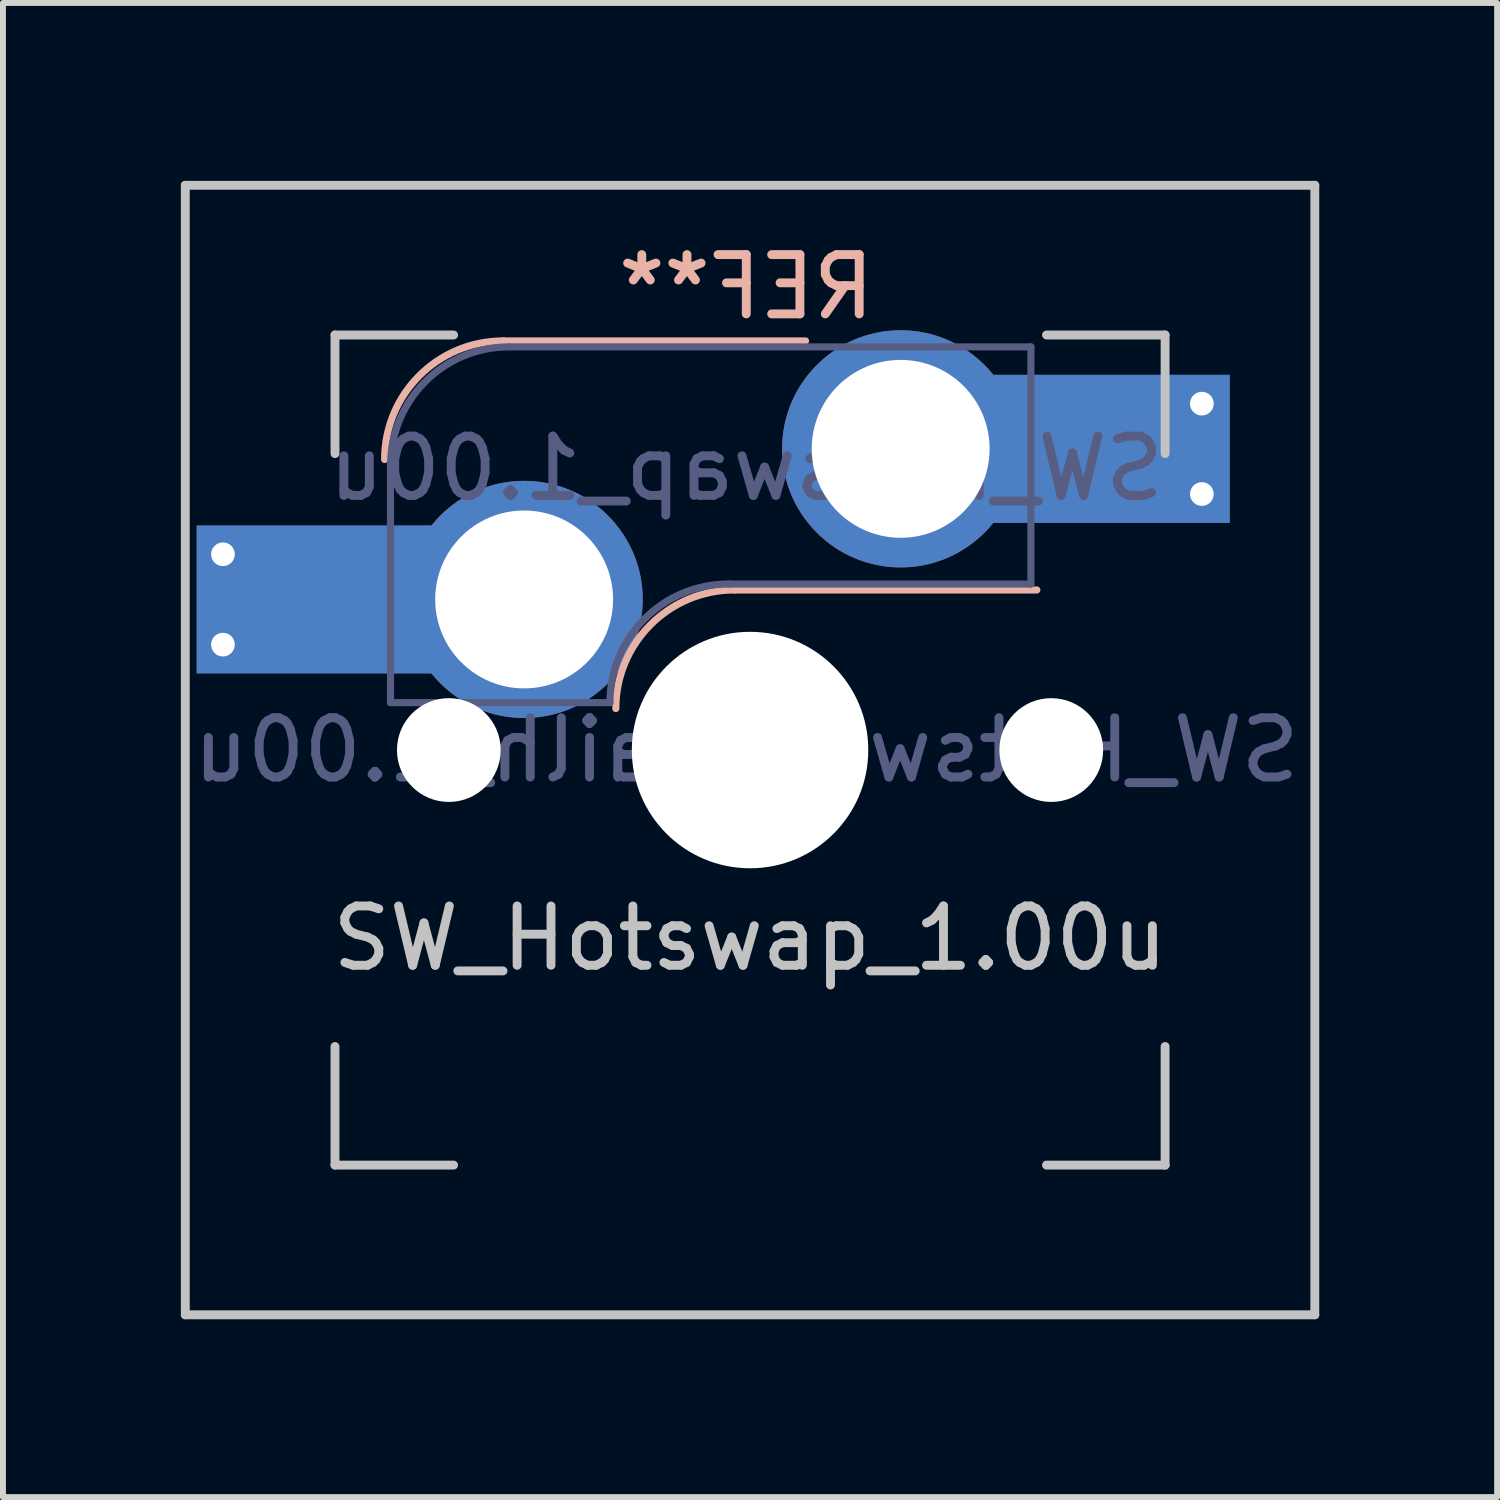
<source format=kicad_pcb>
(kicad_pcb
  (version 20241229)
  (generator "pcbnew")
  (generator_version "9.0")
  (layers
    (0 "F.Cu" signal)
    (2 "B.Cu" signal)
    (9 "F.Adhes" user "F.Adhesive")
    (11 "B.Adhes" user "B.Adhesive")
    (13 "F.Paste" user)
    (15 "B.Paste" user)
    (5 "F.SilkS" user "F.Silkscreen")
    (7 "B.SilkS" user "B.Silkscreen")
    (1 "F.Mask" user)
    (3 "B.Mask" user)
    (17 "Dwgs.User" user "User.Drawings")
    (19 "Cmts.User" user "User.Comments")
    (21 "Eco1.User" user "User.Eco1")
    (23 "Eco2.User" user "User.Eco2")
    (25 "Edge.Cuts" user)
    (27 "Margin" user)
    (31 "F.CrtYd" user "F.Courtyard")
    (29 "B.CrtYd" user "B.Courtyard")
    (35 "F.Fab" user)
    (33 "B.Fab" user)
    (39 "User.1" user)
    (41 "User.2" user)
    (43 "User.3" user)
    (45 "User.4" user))
  (footprint "SW_Hotswap_1.00u"
    (layer "F.Cu")
    (at 9.6 9.6)
    (property "Reference" "SW_Hotswap_1.00u" (at 0 3.175 0) (layer "Dwgs.User") (effects (font (size 1 1) (thickness 0.15))))
    (attr through_hole)
    (fp_line (start -4.163 -6.9) (end 0.936 -6.9) (stroke (width 0.12) (type solid)) (layer "B.SilkS"))
    (fp_line (start -0.264 -2.7) (end 4.837 -2.7) (stroke (width 0.12) (type solid)) (layer "B.SilkS"))
    (fp_arc (start -6.1635 -4.9) (mid -5.577714 -6.314214) (end -4.1635 -6.9) (stroke (width 0.12) (type solid)) (layer "B.SilkS"))
    (fp_arc (start -2.2635 -0.7) (mid -1.677714 -2.114214) (end -0.2635 -2.7) (stroke (width 0.12) (type solid)) (layer "B.SilkS"))
    (fp_line (start -9.525 -9.525) (end 9.525 -9.525) (stroke (width 0.15) (type solid)) (layer "Dwgs.User"))
    (fp_line (start -9.525 9.525) (end -9.525 -9.525) (stroke (width 0.15) (type solid)) (layer "Dwgs.User"))
    (fp_line (start -7 -7) (end -7 -5) (stroke (width 0.15) (type solid)) (layer "Dwgs.User"))
    (fp_line (start -7 5) (end -7 7) (stroke (width 0.15) (type solid)) (layer "Dwgs.User"))
    (fp_line (start -7 7) (end -5 7) (stroke (width 0.15) (type solid)) (layer "Dwgs.User"))
    (fp_line (start -5 -7) (end -7 -7) (stroke (width 0.15) (type solid)) (layer "Dwgs.User"))
    (fp_line (start 5 -7) (end 7 -7) (stroke (width 0.15) (type solid)) (layer "Dwgs.User"))
    (fp_line (start 5 7) (end 7 7) (stroke (width 0.15) (type solid)) (layer "Dwgs.User"))
    (fp_line (start 7 -7) (end 7 -5) (stroke (width 0.15) (type solid)) (layer "Dwgs.User"))
    (fp_line (start 7 7) (end 7 5) (stroke (width 0.15) (type solid)) (layer "Dwgs.User"))
    (fp_line (start 9.525 -9.525) (end 9.525 9.525) (stroke (width 0.15) (type solid)) (layer "Dwgs.User"))
    (fp_line (start 9.525 9.525) (end -9.525 9.525) (stroke (width 0.15) (type solid)) (layer "Dwgs.User"))
    (fp_line (start -6.064 -0.8) (end -6.064 -4.8) (stroke (width 0.12) (type solid)) (layer "B.Fab"))
    (fp_line (start -6.064 -0.8) (end -2.364 -0.8) (stroke (width 0.12) (type solid)) (layer "B.Fab"))
    (fp_line (start -4.064 -6.8) (end 4.737 -6.8) (stroke (width 0.12) (type solid)) (layer "B.Fab"))
    (fp_line (start -0.363 -2.8) (end 4.737 -2.8) (stroke (width 0.12) (type solid)) (layer "B.Fab"))
    (fp_line (start 4.737 -6.8) (end 4.737 -2.8) (stroke (width 0.12) (type solid)) (layer "B.Fab"))
    (fp_arc (start -6.0635 -4.8) (mid -5.477714 -6.214214) (end -4.0635 -6.8) (stroke (width 0.12) (type solid)) (layer "B.Fab"))
    (fp_arc (start -2.3635 -0.8) (mid -1.777714 -2.214214) (end -0.3635 -2.8) (stroke (width 0.12) (type solid)) (layer "B.Fab"))
    (fp_text user "REF**" (at -0.064 -7.811 0) (layer "B.SilkS") (effects (font (size 1 1) (thickness 0.15)) (justify mirror)))
    (fp_text user "SW_Hotswap_Kailh_1.00u" (at -0.064 0 0) (layer "B.Fab") (effects (font (size 1 1) (thickness 0.15)) (justify mirror)))
    (fp_text user "${REFERENCE}" (at -0.064 -4.75 0) (layer "B.Fab") (effects (font (size 1 1) (thickness 0.15)) (justify mirror)))
    (pad "" smd rect (at -7.085 -2.54) (size 2.55 2.5) (layers "B.Mask" "B.Paste"))
    (pad "" np_thru_hole circle (at -5.08 0 48.1) (size 1.75 1.75) (drill 1.75) (layers "*.Cu" "*.Mask"))
    (pad "" np_thru_hole circle (at 0 0) (size 3.988 3.988) (drill 3.988) (layers "*.Cu" "*.Mask"))
    (pad "" np_thru_hole circle (at 5.08 0 48.1) (size 1.75 1.75) (drill 1.75) (layers "*.Cu" "*.Mask"))
    (pad "" smd rect (at 5.815 -5.08) (size 2.55 2.5) (layers "B.Mask" "B.Paste"))
    (pad "1" thru_hole circle (at -8.89 -3.302) (size 0.8 0.8) (drill 0.4) (layers "*.Cu"))
    (pad "1" thru_hole circle (at -8.89 -1.778) (size 0.8 0.8) (drill 0.4) (layers "*.Cu"))
    (pad "1" smd rect (at -7.085 -2.54) (size 4.5 2.5) (layers "B.Cu"))
    (pad "1" thru_hole circle (at -3.81 -2.54) (size 4 4) (drill 3) (layers "*.Cu"))
    (pad "2" thru_hole circle (at 2.54 -5.08) (size 4 4) (drill 3) (layers "*.Cu"))
    (pad "2" smd rect (at 5.842 -5.08) (size 4.5 2.5) (layers "B.Cu"))
    (pad "2" thru_hole circle (at 7.62 -5.842) (size 0.8 0.8) (drill 0.4) (layers "*.Cu"))
    (pad "2" thru_hole circle (at 7.62 -4.318) (size 0.8 0.8) (drill 0.4) (layers "*.Cu")))
  (gr_rect
    (start -3 -3)
    (end 22.2 22.2)
    (stroke (width 0.1) (type default))
    (fill no)
    (layer "Edge.Cuts")))
</source>
